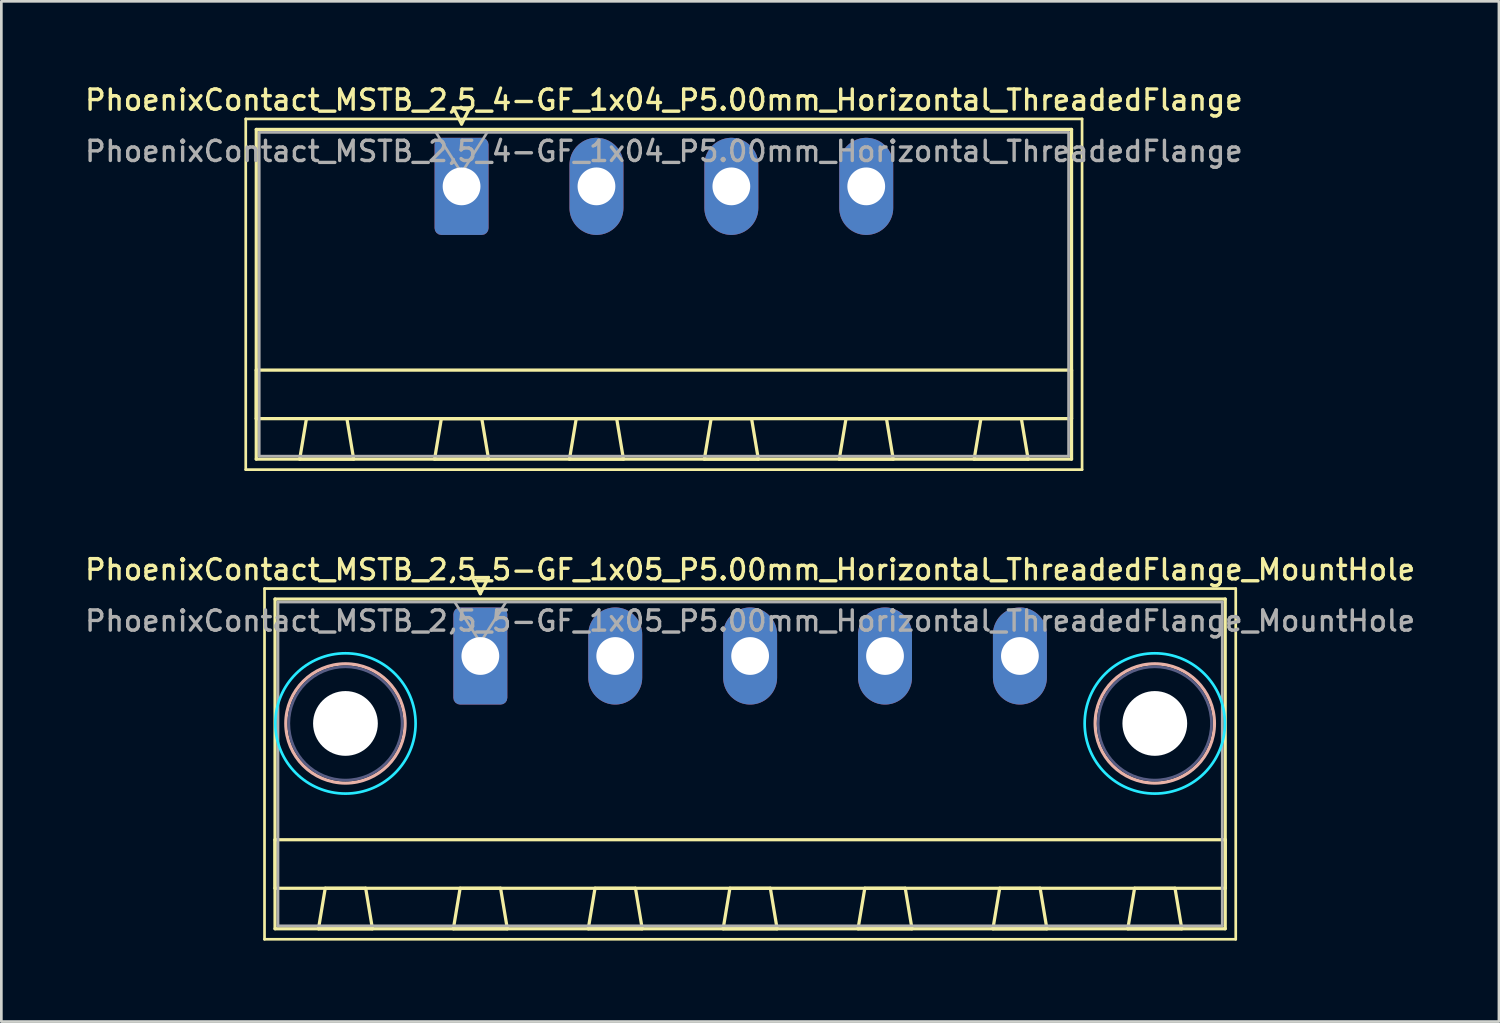
<source format=kicad_pcb>
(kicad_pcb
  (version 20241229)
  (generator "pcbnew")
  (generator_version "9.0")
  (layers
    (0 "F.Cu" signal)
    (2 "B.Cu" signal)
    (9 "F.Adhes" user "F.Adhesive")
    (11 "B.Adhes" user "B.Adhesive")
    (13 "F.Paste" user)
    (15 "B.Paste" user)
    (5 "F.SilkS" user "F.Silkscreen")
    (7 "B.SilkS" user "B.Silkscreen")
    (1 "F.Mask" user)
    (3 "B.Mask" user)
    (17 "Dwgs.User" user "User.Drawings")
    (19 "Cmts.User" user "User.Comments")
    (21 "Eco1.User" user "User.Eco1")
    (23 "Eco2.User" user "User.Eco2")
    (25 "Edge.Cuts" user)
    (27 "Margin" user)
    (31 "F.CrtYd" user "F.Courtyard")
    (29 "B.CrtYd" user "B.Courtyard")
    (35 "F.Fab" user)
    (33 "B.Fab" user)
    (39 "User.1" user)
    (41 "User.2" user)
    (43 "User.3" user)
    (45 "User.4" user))
  (footprint "PhoenixContact_MSTB_2,5_5-GF_1x05_P5.00mm_Horizontal_ThreadedFlange_MountHole"
    (layer "F.Cu")
    (at 14.755 21.266)
    (property "Reference" "PhoenixContact_MSTB_2,5_5-GF_1x05_P5.00mm_Horizontal_ThreadedFlange_MountHole" (at 10 -3.2 0) (layer "F.SilkS") (effects (font (size 0.75 0.75) (thickness 0.125))))
    (attr through_hole)
    (fp_line (start -8 -2.5) (end -8 10.5) (stroke (width 0.1) (type solid)) (layer "F.SilkS"))
    (fp_line (start -8 10.5) (end 28 10.5) (stroke (width 0.1) (type solid)) (layer "F.SilkS"))
    (fp_line (start -7.61 -2.11) (end -7.61 10.11) (stroke (width 0.12) (type solid)) (layer "F.SilkS"))
    (fp_line (start -7.61 6.81) (end 27.61 6.81) (stroke (width 0.12) (type solid)) (layer "F.SilkS"))
    (fp_line (start -7.61 8.61) (end -7.61 6.81) (stroke (width 0.12) (type solid)) (layer "F.SilkS"))
    (fp_line (start -7.61 10.11) (end 27.61 10.11) (stroke (width 0.12) (type solid)) (layer "F.SilkS"))
    (fp_line (start -6 10.11) (end -4 10.11) (stroke (width 0.12) (type solid)) (layer "F.SilkS"))
    (fp_line (start -5.75 8.61) (end -6 10.11) (stroke (width 0.12) (type solid)) (layer "F.SilkS"))
    (fp_line (start -4.25 8.61) (end -5.75 8.61) (stroke (width 0.12) (type solid)) (layer "F.SilkS"))
    (fp_line (start -4 10.11) (end -4.25 8.61) (stroke (width 0.12) (type solid)) (layer "F.SilkS"))
    (fp_line (start -1 10.11) (end 1 10.11) (stroke (width 0.12) (type solid)) (layer "F.SilkS"))
    (fp_line (start -0.75 8.61) (end -1 10.11) (stroke (width 0.12) (type solid)) (layer "F.SilkS"))
    (fp_line (start -0.3 -2.91) (end 0.3 -2.91) (stroke (width 0.12) (type solid)) (layer "F.SilkS"))
    (fp_line (start 0 -2.31) (end -0.3 -2.91) (stroke (width 0.12) (type solid)) (layer "F.SilkS"))
    (fp_line (start 0.3 -2.91) (end 0 -2.31) (stroke (width 0.12) (type solid)) (layer "F.SilkS"))
    (fp_line (start 0.75 8.61) (end -0.75 8.61) (stroke (width 0.12) (type solid)) (layer "F.SilkS"))
    (fp_line (start 1 10.11) (end 0.75 8.61) (stroke (width 0.12) (type solid)) (layer "F.SilkS"))
    (fp_line (start 4 10.11) (end 6 10.11) (stroke (width 0.12) (type solid)) (layer "F.SilkS"))
    (fp_line (start 4.25 8.61) (end 4 10.11) (stroke (width 0.12) (type solid)) (layer "F.SilkS"))
    (fp_line (start 5.75 8.61) (end 4.25 8.61) (stroke (width 0.12) (type solid)) (layer "F.SilkS"))
    (fp_line (start 6 10.11) (end 5.75 8.61) (stroke (width 0.12) (type solid)) (layer "F.SilkS"))
    (fp_line (start 9 10.11) (end 11 10.11) (stroke (width 0.12) (type solid)) (layer "F.SilkS"))
    (fp_line (start 9.25 8.61) (end 9 10.11) (stroke (width 0.12) (type solid)) (layer "F.SilkS"))
    (fp_line (start 10.75 8.61) (end 9.25 8.61) (stroke (width 0.12) (type solid)) (layer "F.SilkS"))
    (fp_line (start 11 10.11) (end 10.75 8.61) (stroke (width 0.12) (type solid)) (layer "F.SilkS"))
    (fp_line (start 14 10.11) (end 16 10.11) (stroke (width 0.12) (type solid)) (layer "F.SilkS"))
    (fp_line (start 14.25 8.61) (end 14 10.11) (stroke (width 0.12) (type solid)) (layer "F.SilkS"))
    (fp_line (start 15.75 8.61) (end 14.25 8.61) (stroke (width 0.12) (type solid)) (layer "F.SilkS"))
    (fp_line (start 16 10.11) (end 15.75 8.61) (stroke (width 0.12) (type solid)) (layer "F.SilkS"))
    (fp_line (start 19 10.11) (end 21 10.11) (stroke (width 0.12) (type solid)) (layer "F.SilkS"))
    (fp_line (start 19.25 8.61) (end 19 10.11) (stroke (width 0.12) (type solid)) (layer "F.SilkS"))
    (fp_line (start 20.75 8.61) (end 19.25 8.61) (stroke (width 0.12) (type solid)) (layer "F.SilkS"))
    (fp_line (start 21 10.11) (end 20.75 8.61) (stroke (width 0.12) (type solid)) (layer "F.SilkS"))
    (fp_line (start 24 10.11) (end 26 10.11) (stroke (width 0.12) (type solid)) (layer "F.SilkS"))
    (fp_line (start 24.25 8.61) (end 24 10.11) (stroke (width 0.12) (type solid)) (layer "F.SilkS"))
    (fp_line (start 25.75 8.61) (end 24.25 8.61) (stroke (width 0.12) (type solid)) (layer "F.SilkS"))
    (fp_line (start 26 10.11) (end 25.75 8.61) (stroke (width 0.12) (type solid)) (layer "F.SilkS"))
    (fp_line (start 27.61 -2.11) (end -7.61 -2.11) (stroke (width 0.12) (type solid)) (layer "F.SilkS"))
    (fp_line (start 27.61 6.81) (end 27.61 8.61) (stroke (width 0.12) (type solid)) (layer "F.SilkS"))
    (fp_line (start 27.61 8.61) (end -7.61 8.61) (stroke (width 0.12) (type solid)) (layer "F.SilkS"))
    (fp_line (start 27.61 10.11) (end 27.61 -2.11) (stroke (width 0.12) (type solid)) (layer "F.SilkS"))
    (fp_line (start 28 -2.5) (end -8 -2.5) (stroke (width 0.1) (type solid)) (layer "F.SilkS"))
    (fp_line (start 28 10.5) (end 28 -2.5) (stroke (width 0.1) (type solid)) (layer "F.SilkS"))
    (fp_circle (center -5 2.5) (end -2.79 2.5) (stroke (width 0.12) (type solid)) (fill no) (layer "B.SilkS"))
    (fp_circle (center 25 2.5) (end 27.21 2.5) (stroke (width 0.12) (type solid)) (fill no) (layer "B.SilkS"))
    (fp_circle (center -5 2.5) (end -2.4 2.5) (stroke (width 0.1) (type solid)) (fill no) (layer "B.CrtYd"))
    (fp_circle (center 25 2.5) (end 27.6 2.5) (stroke (width 0.1) (type solid)) (fill no) (layer "B.CrtYd"))
    (fp_circle (center -5 2.5) (end -2.9 2.5) (stroke (width 0.1) (type solid)) (fill no) (layer "B.Fab"))
    (fp_circle (center 25 2.5) (end 27.1 2.5) (stroke (width 0.1) (type solid)) (fill no) (layer "B.Fab"))
    (fp_line (start -7.5 -2) (end -7.5 10) (stroke (width 0.1) (type solid)) (layer "F.Fab"))
    (fp_line (start -7.5 10) (end 27.5 10) (stroke (width 0.1) (type solid)) (layer "F.Fab"))
    (fp_line (start 0 -0.5) (end -0.95 -2) (stroke (width 0.1) (type solid)) (layer "F.Fab"))
    (fp_line (start 0.95 -2) (end 0 -0.5) (stroke (width 0.1) (type solid)) (layer "F.Fab"))
    (fp_line (start 27.5 -2) (end -7.5 -2) (stroke (width 0.1) (type solid)) (layer "F.Fab"))
    (fp_line (start 27.5 10) (end 27.5 -2) (stroke (width 0.1) (type solid)) (layer "F.Fab"))
    (fp_text user "${REFERENCE}" (at 10 -1.3 0) (layer "F.Fab") (effects (font (size 0.75 0.75) (thickness 0.125))))
    (pad "" np_thru_hole circle (at -5 2.5) (size 2.4 2.4) (drill 2.4) (layers "*.Cu" "*.Mask"))
    (pad "" np_thru_hole circle (at 25 2.5) (size 2.4 2.4) (drill 2.4) (layers "*.Cu" "*.Mask"))
    (pad "1" thru_hole roundrect (at 0 0) (size 2 3.6) (drill 1.4) (layers "*.Cu" "*.Mask") (roundrect_rratio 0.125))
    (pad "2" thru_hole oval (at 5 0) (size 2 3.6) (drill 1.4) (layers "*.Cu" "*.Mask"))
    (pad "3" thru_hole oval (at 10 0) (size 2 3.6) (drill 1.4) (layers "*.Cu" "*.Mask"))
    (pad "4" thru_hole oval (at 15 0) (size 2 3.6) (drill 1.4) (layers "*.Cu" "*.Mask"))
    (pad "5" thru_hole oval (at 20 0) (size 2 3.6) (drill 1.4) (layers "*.Cu" "*.Mask")))
  (footprint "PhoenixContact_MSTB_2,5_4-GF_1x04_P5.00mm_Horizontal_ThreadedFlange"
    (layer "F.Cu")
    (at 14.059 3.858)
    (property "Reference" "PhoenixContact_MSTB_2,5_4-GF_1x04_P5.00mm_Horizontal_ThreadedFlange" (at 7.5 -3.2 0) (layer "F.SilkS") (effects (font (size 0.75 0.75) (thickness 0.125))))
    (attr through_hole)
    (fp_line (start -8 -2.5) (end -8 10.5) (stroke (width 0.1) (type solid)) (layer "F.SilkS"))
    (fp_line (start -8 10.5) (end 23 10.5) (stroke (width 0.1) (type solid)) (layer "F.SilkS"))
    (fp_line (start -7.61 -2.11) (end -7.61 10.11) (stroke (width 0.12) (type solid)) (layer "F.SilkS"))
    (fp_line (start -7.61 6.81) (end 22.61 6.81) (stroke (width 0.12) (type solid)) (layer "F.SilkS"))
    (fp_line (start -7.61 8.61) (end -7.61 6.81) (stroke (width 0.12) (type solid)) (layer "F.SilkS"))
    (fp_line (start -7.61 10.11) (end 22.61 10.11) (stroke (width 0.12) (type solid)) (layer "F.SilkS"))
    (fp_line (start -6 10.11) (end -4 10.11) (stroke (width 0.12) (type solid)) (layer "F.SilkS"))
    (fp_line (start -5.75 8.61) (end -6 10.11) (stroke (width 0.12) (type solid)) (layer "F.SilkS"))
    (fp_line (start -4.25 8.61) (end -5.75 8.61) (stroke (width 0.12) (type solid)) (layer "F.SilkS"))
    (fp_line (start -4 10.11) (end -4.25 8.61) (stroke (width 0.12) (type solid)) (layer "F.SilkS"))
    (fp_line (start -1 10.11) (end 1 10.11) (stroke (width 0.12) (type solid)) (layer "F.SilkS"))
    (fp_line (start -0.75 8.61) (end -1 10.11) (stroke (width 0.12) (type solid)) (layer "F.SilkS"))
    (fp_line (start -0.3 -2.91) (end 0.3 -2.91) (stroke (width 0.12) (type solid)) (layer "F.SilkS"))
    (fp_line (start 0 -2.31) (end -0.3 -2.91) (stroke (width 0.12) (type solid)) (layer "F.SilkS"))
    (fp_line (start 0.3 -2.91) (end 0 -2.31) (stroke (width 0.12) (type solid)) (layer "F.SilkS"))
    (fp_line (start 0.75 8.61) (end -0.75 8.61) (stroke (width 0.12) (type solid)) (layer "F.SilkS"))
    (fp_line (start 1 10.11) (end 0.75 8.61) (stroke (width 0.12) (type solid)) (layer "F.SilkS"))
    (fp_line (start 4 10.11) (end 6 10.11) (stroke (width 0.12) (type solid)) (layer "F.SilkS"))
    (fp_line (start 4.25 8.61) (end 4 10.11) (stroke (width 0.12) (type solid)) (layer "F.SilkS"))
    (fp_line (start 5.75 8.61) (end 4.25 8.61) (stroke (width 0.12) (type solid)) (layer "F.SilkS"))
    (fp_line (start 6 10.11) (end 5.75 8.61) (stroke (width 0.12) (type solid)) (layer "F.SilkS"))
    (fp_line (start 9 10.11) (end 11 10.11) (stroke (width 0.12) (type solid)) (layer "F.SilkS"))
    (fp_line (start 9.25 8.61) (end 9 10.11) (stroke (width 0.12) (type solid)) (layer "F.SilkS"))
    (fp_line (start 10.75 8.61) (end 9.25 8.61) (stroke (width 0.12) (type solid)) (layer "F.SilkS"))
    (fp_line (start 11 10.11) (end 10.75 8.61) (stroke (width 0.12) (type solid)) (layer "F.SilkS"))
    (fp_line (start 14 10.11) (end 16 10.11) (stroke (width 0.12) (type solid)) (layer "F.SilkS"))
    (fp_line (start 14.25 8.61) (end 14 10.11) (stroke (width 0.12) (type solid)) (layer "F.SilkS"))
    (fp_line (start 15.75 8.61) (end 14.25 8.61) (stroke (width 0.12) (type solid)) (layer "F.SilkS"))
    (fp_line (start 16 10.11) (end 15.75 8.61) (stroke (width 0.12) (type solid)) (layer "F.SilkS"))
    (fp_line (start 19 10.11) (end 21 10.11) (stroke (width 0.12) (type solid)) (layer "F.SilkS"))
    (fp_line (start 19.25 8.61) (end 19 10.11) (stroke (width 0.12) (type solid)) (layer "F.SilkS"))
    (fp_line (start 20.75 8.61) (end 19.25 8.61) (stroke (width 0.12) (type solid)) (layer "F.SilkS"))
    (fp_line (start 21 10.11) (end 20.75 8.61) (stroke (width 0.12) (type solid)) (layer "F.SilkS"))
    (fp_line (start 22.61 -2.11) (end -7.61 -2.11) (stroke (width 0.12) (type solid)) (layer "F.SilkS"))
    (fp_line (start 22.61 6.81) (end 22.61 8.61) (stroke (width 0.12) (type solid)) (layer "F.SilkS"))
    (fp_line (start 22.61 8.61) (end -7.61 8.61) (stroke (width 0.12) (type solid)) (layer "F.SilkS"))
    (fp_line (start 22.61 10.11) (end 22.61 -2.11) (stroke (width 0.12) (type solid)) (layer "F.SilkS"))
    (fp_line (start 23 -2.5) (end -8 -2.5) (stroke (width 0.1) (type solid)) (layer "F.SilkS"))
    (fp_line (start 23 10.5) (end 23 -2.5) (stroke (width 0.1) (type solid)) (layer "F.SilkS"))
    (fp_line (start -7.5 -2) (end -7.5 10) (stroke (width 0.1) (type solid)) (layer "F.Fab"))
    (fp_line (start -7.5 10) (end 22.5 10) (stroke (width 0.1) (type solid)) (layer "F.Fab"))
    (fp_line (start 0 -0.5) (end -0.95 -2) (stroke (width 0.1) (type solid)) (layer "F.Fab"))
    (fp_line (start 0.95 -2) (end 0 -0.5) (stroke (width 0.1) (type solid)) (layer "F.Fab"))
    (fp_line (start 22.5 -2) (end -7.5 -2) (stroke (width 0.1) (type solid)) (layer "F.Fab"))
    (fp_line (start 22.5 10) (end 22.5 -2) (stroke (width 0.1) (type solid)) (layer "F.Fab"))
    (fp_text user "${REFERENCE}" (at 7.5 -1.3 0) (layer "F.Fab") (effects (font (size 0.75 0.75) (thickness 0.125))))
    (pad "1" thru_hole roundrect (at 0 0) (size 2 3.6) (drill 1.4) (layers "*.Cu" "*.Mask") (roundrect_rratio 0.125))
    (pad "2" thru_hole oval (at 5 0) (size 2 3.6) (drill 1.4) (layers "*.Cu" "*.Mask"))
    (pad "3" thru_hole oval (at 10 0) (size 2 3.6) (drill 1.4) (layers "*.Cu" "*.Mask"))
    (pad "4" thru_hole oval (at 15 0) (size 2 3.6) (drill 1.4) (layers "*.Cu" "*.Mask")))
  (gr_rect
    (start -3 -3)
    (end 52.511 34.816)
    (stroke (width 0.1) (type default))
    (fill no)
    (layer "Edge.Cuts")))
</source>
